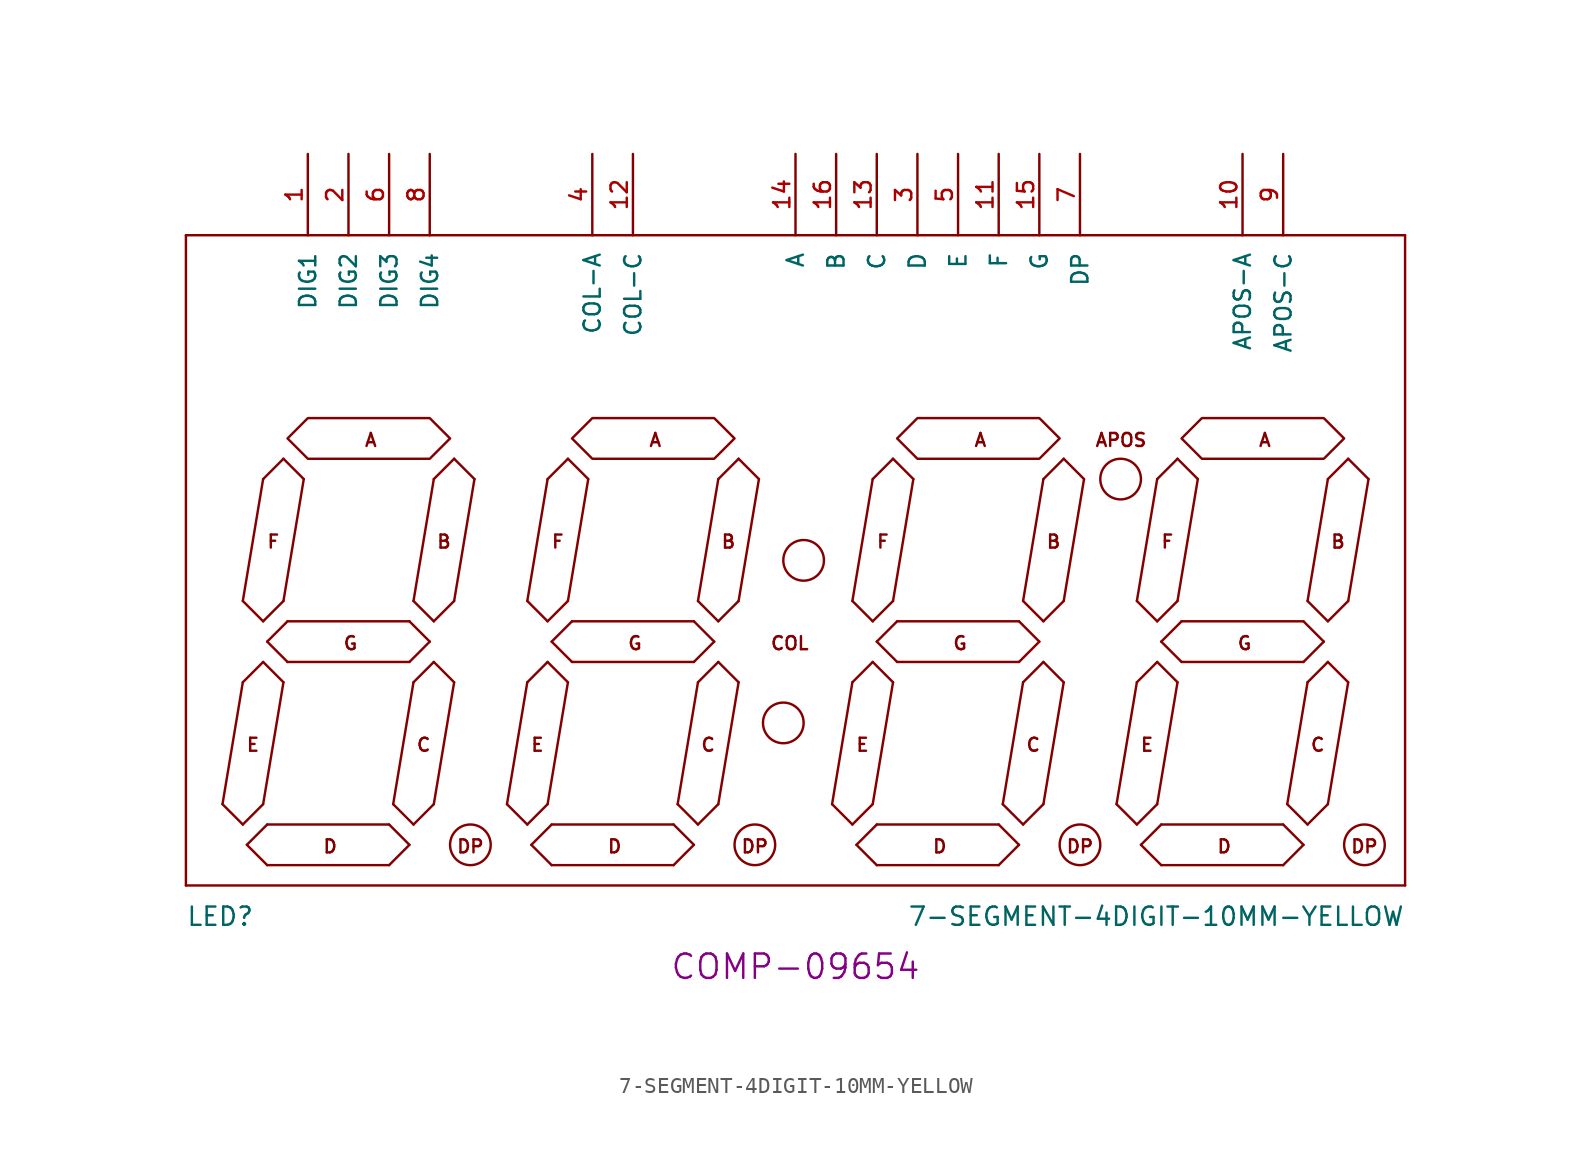
<source format=kicad_sym>
(kicad_symbol_lib
  (version 20211014)
  (generator kicad_symbol_editor)
  (symbol "7-SEGMENT-4DIGIT-10MM-YELLOW"
    (pin_names
      (offset 1.016))
    (property "Reference" "LED"
      (at -38.1 -19.05 0)
      (effects (font (size 1.143 1.143)) (justify left top)))
    (property "Value" "7-SEGMENT-4DIGIT-10MM-YELLOW"
      (at 38.1 -19.05 0)
      (effects (font (size 1.143 1.143)) (justify right top)))
    (property "Field4" "COMP-09654"
      (at 0 -22.86 0)
      (effects (font (size 1.524 1.524))))
    (property "ki_locked" ""
      (at 0 0 0)
      (effects (font (size 1.27 1.27))))
    (symbol "7-SEGMENT-4DIGIT-10MM-YELLOW_1_0"
      (polyline (pts (xy -38.1 -17.78) (xy -38.1 22.86)) (stroke (width 0) (type default) (color 0 0 0 0)) (fill (type none)))
      (polyline (pts (xy -35.814 -12.7) (xy -34.544 -13.97)) (stroke (width 0) (type default) (color 0 0 0 0)) (fill (type none)))
      (polyline (pts (xy -34.544 -13.97) (xy -33.274 -12.7)) (stroke (width 0) (type default) (color 0 0 0 0)) (fill (type none)))
      (polyline (pts (xy -34.544 -5.08) (xy -35.814 -12.7)) (stroke (width 0) (type default) (color 0 0 0 0)) (fill (type none)))
      (polyline (pts (xy -34.544 0) (xy -33.274 -1.27)) (stroke (width 0) (type default) (color 0 0 0 0)) (fill (type none)))
      (polyline (pts (xy -34.29 -15.24) (xy -33.02 -16.51)) (stroke (width 0) (type default) (color 0 0 0 0)) (fill (type none)))
      (polyline (pts (xy -34.29 -15.24) (xy -33.02 -13.97)) (stroke (width 0) (type default) (color 0 0 0 0)) (fill (type none)))
      (polyline (pts (xy -33.274 -12.7) (xy -32.004 -5.08)) (stroke (width 0) (type default) (color 0 0 0 0)) (fill (type none)))
      (polyline (pts (xy -33.274 -3.81) (xy -34.544 -5.08)) (stroke (width 0) (type default) (color 0 0 0 0)) (fill (type none)))
      (polyline (pts (xy -33.274 -3.81) (xy -32.004 -5.08)) (stroke (width 0) (type default) (color 0 0 0 0)) (fill (type none)))
      (polyline (pts (xy -33.274 -1.27) (xy -32.004 0)) (stroke (width 0) (type default) (color 0 0 0 0)) (fill (type none)))
      (polyline (pts (xy -33.274 7.62) (xy -34.544 0)) (stroke (width 0) (type default) (color 0 0 0 0)) (fill (type none)))
      (polyline (pts (xy -33.02 -16.51) (xy -25.4 -16.51)) (stroke (width 0) (type default) (color 0 0 0 0)) (fill (type none)))
      (polyline (pts (xy -33.02 -2.54) (xy -31.75 -3.81)) (stroke (width 0) (type default) (color 0 0 0 0)) (fill (type none)))
      (polyline (pts (xy -33.02 -2.54) (xy -31.75 -1.27)) (stroke (width 0) (type default) (color 0 0 0 0)) (fill (type none)))
      (polyline (pts (xy -32.004 0) (xy -30.734 7.62)) (stroke (width 0) (type default) (color 0 0 0 0)) (fill (type none)))
      (polyline (pts (xy -32.004 8.89) (xy -33.274 7.62)) (stroke (width 0) (type default) (color 0 0 0 0)) (fill (type none)))
      (polyline (pts (xy -32.004 8.89) (xy -30.734 7.62)) (stroke (width 0) (type default) (color 0 0 0 0)) (fill (type none)))
      (polyline (pts (xy -31.75 -3.81) (xy -24.13 -3.81)) (stroke (width 0) (type default) (color 0 0 0 0)) (fill (type none)))
      (polyline (pts (xy -25.4 -16.51) (xy -24.13 -15.24)) (stroke (width 0) (type default) (color 0 0 0 0)) (fill (type none)))
      (polyline (pts (xy -25.4 -13.97) (xy -33.02 -13.97)) (stroke (width 0) (type default) (color 0 0 0 0)) (fill (type none)))
      (polyline (pts (xy -25.146 -12.7) (xy -23.876 -13.97)) (stroke (width 0) (type default) (color 0 0 0 0)) (fill (type none)))
      (polyline (pts (xy -24.13 -15.24) (xy -25.4 -13.97)) (stroke (width 0) (type default) (color 0 0 0 0)) (fill (type none)))
      (polyline (pts (xy -24.13 -3.81) (xy -22.86 -2.54)) (stroke (width 0) (type default) (color 0 0 0 0)) (fill (type none)))
      (polyline (pts (xy -24.13 -1.27) (xy -31.75 -1.27)) (stroke (width 0) (type default) (color 0 0 0 0)) (fill (type none)))
      (polyline (pts (xy -23.876 -13.97) (xy -22.606 -12.7)) (stroke (width 0) (type default) (color 0 0 0 0)) (fill (type none)))
      (polyline (pts (xy -23.876 -5.08) (xy -25.146 -12.7)) (stroke (width 0) (type default) (color 0 0 0 0)) (fill (type none)))
      (polyline (pts (xy -23.876 0) (xy -22.606 -1.27)) (stroke (width 0) (type default) (color 0 0 0 0)) (fill (type none)))
      (polyline (pts (xy -22.86 -2.54) (xy -24.13 -1.27)) (stroke (width 0) (type default) (color 0 0 0 0)) (fill (type none)))
      (polyline (pts (xy -22.606 -12.7) (xy -21.336 -5.08)) (stroke (width 0) (type default) (color 0 0 0 0)) (fill (type none)))
      (polyline (pts (xy -22.606 -3.81) (xy -23.876 -5.08)) (stroke (width 0) (type default) (color 0 0 0 0)) (fill (type none)))
      (polyline (pts (xy -22.606 -3.81) (xy -21.336 -5.08)) (stroke (width 0) (type default) (color 0 0 0 0)) (fill (type none)))
      (polyline (pts (xy -22.606 -1.27) (xy -21.336 0)) (stroke (width 0) (type default) (color 0 0 0 0)) (fill (type none)))
      (polyline (pts (xy -22.606 7.62) (xy -23.876 0)) (stroke (width 0) (type default) (color 0 0 0 0)) (fill (type none)))
      (polyline (pts (xy -21.336 0) (xy -20.066 7.62)) (stroke (width 0) (type default) (color 0 0 0 0)) (fill (type none)))
      (polyline (pts (xy -21.336 8.89) (xy -22.606 7.62)) (stroke (width 0) (type default) (color 0 0 0 0)) (fill (type none)))
      (polyline (pts (xy -21.336 8.89) (xy -20.066 7.62)) (stroke (width 0) (type default) (color 0 0 0 0)) (fill (type none)))
      (polyline (pts (xy -18.034 -12.7) (xy -16.764 -13.97)) (stroke (width 0) (type default) (color 0 0 0 0)) (fill (type none)))
      (polyline (pts (xy -16.764 -13.97) (xy -15.494 -12.7)) (stroke (width 0) (type default) (color 0 0 0 0)) (fill (type none)))
      (polyline (pts (xy -16.764 -5.08) (xy -18.034 -12.7)) (stroke (width 0) (type default) (color 0 0 0 0)) (fill (type none)))
      (polyline (pts (xy -16.764 0) (xy -15.494 -1.27)) (stroke (width 0) (type default) (color 0 0 0 0)) (fill (type none)))
      (polyline (pts (xy -16.51 -15.24) (xy -15.24 -16.51)) (stroke (width 0) (type default) (color 0 0 0 0)) (fill (type none)))
      (polyline (pts (xy -16.51 -15.24) (xy -15.24 -13.97)) (stroke (width 0) (type default) (color 0 0 0 0)) (fill (type none)))
      (polyline (pts (xy -15.494 -12.7) (xy -14.224 -5.08)) (stroke (width 0) (type default) (color 0 0 0 0)) (fill (type none)))
      (polyline (pts (xy -15.494 -3.81) (xy -16.764 -5.08)) (stroke (width 0) (type default) (color 0 0 0 0)) (fill (type none)))
      (polyline (pts (xy -15.494 -3.81) (xy -14.224 -5.08)) (stroke (width 0) (type default) (color 0 0 0 0)) (fill (type none)))
      (polyline (pts (xy -15.494 -1.27) (xy -14.224 0)) (stroke (width 0) (type default) (color 0 0 0 0)) (fill (type none)))
      (polyline (pts (xy -15.494 7.62) (xy -16.764 0)) (stroke (width 0) (type default) (color 0 0 0 0)) (fill (type none)))
      (polyline (pts (xy -15.24 -16.51) (xy -7.62 -16.51)) (stroke (width 0) (type default) (color 0 0 0 0)) (fill (type none)))
      (polyline (pts (xy -15.24 -2.54) (xy -13.97 -3.81)) (stroke (width 0) (type default) (color 0 0 0 0)) (fill (type none)))
      (polyline (pts (xy -15.24 -2.54) (xy -13.97 -1.27)) (stroke (width 0) (type default) (color 0 0 0 0)) (fill (type none)))
      (polyline (pts (xy -14.224 0) (xy -12.954 7.62)) (stroke (width 0) (type default) (color 0 0 0 0)) (fill (type none)))
      (polyline (pts (xy -14.224 8.89) (xy -15.494 7.62)) (stroke (width 0) (type default) (color 0 0 0 0)) (fill (type none)))
      (polyline (pts (xy -14.224 8.89) (xy -12.954 7.62)) (stroke (width 0) (type default) (color 0 0 0 0)) (fill (type none)))
      (polyline (pts (xy -13.97 -3.81) (xy -6.35 -3.81)) (stroke (width 0) (type default) (color 0 0 0 0)) (fill (type none)))
      (polyline (pts (xy -7.62 -16.51) (xy -6.35 -15.24)) (stroke (width 0) (type default) (color 0 0 0 0)) (fill (type none)))
      (polyline (pts (xy -7.62 -13.97) (xy -15.24 -13.97)) (stroke (width 0) (type default) (color 0 0 0 0)) (fill (type none)))
      (polyline (pts (xy -7.366 -12.7) (xy -6.096 -13.97)) (stroke (width 0) (type default) (color 0 0 0 0)) (fill (type none)))
      (polyline (pts (xy -6.35 -15.24) (xy -7.62 -13.97)) (stroke (width 0) (type default) (color 0 0 0 0)) (fill (type none)))
      (polyline (pts (xy -6.35 -3.81) (xy -5.08 -2.54)) (stroke (width 0) (type default) (color 0 0 0 0)) (fill (type none)))
      (polyline (pts (xy -6.35 -1.27) (xy -13.97 -1.27)) (stroke (width 0) (type default) (color 0 0 0 0)) (fill (type none)))
      (polyline (pts (xy -6.096 -13.97) (xy -4.826 -12.7)) (stroke (width 0) (type default) (color 0 0 0 0)) (fill (type none)))
      (polyline (pts (xy -6.096 -5.08) (xy -7.366 -12.7)) (stroke (width 0) (type default) (color 0 0 0 0)) (fill (type none)))
      (polyline (pts (xy -6.096 0) (xy -4.826 -1.27)) (stroke (width 0) (type default) (color 0 0 0 0)) (fill (type none)))
      (polyline (pts (xy -5.08 -2.54) (xy -6.35 -1.27)) (stroke (width 0) (type default) (color 0 0 0 0)) (fill (type none)))
      (polyline (pts (xy -4.826 -12.7) (xy -3.556 -5.08)) (stroke (width 0) (type default) (color 0 0 0 0)) (fill (type none)))
      (polyline (pts (xy -4.826 -3.81) (xy -6.096 -5.08)) (stroke (width 0) (type default) (color 0 0 0 0)) (fill (type none)))
      (polyline (pts (xy -4.826 -3.81) (xy -3.556 -5.08)) (stroke (width 0) (type default) (color 0 0 0 0)) (fill (type none)))
      (polyline (pts (xy -4.826 -1.27) (xy -3.556 0)) (stroke (width 0) (type default) (color 0 0 0 0)) (fill (type none)))
      (polyline (pts (xy -4.826 7.62) (xy -6.096 0)) (stroke (width 0) (type default) (color 0 0 0 0)) (fill (type none)))
      (polyline (pts (xy -3.556 0) (xy -2.286 7.62)) (stroke (width 0) (type default) (color 0 0 0 0)) (fill (type none)))
      (polyline (pts (xy -3.556 8.89) (xy -4.826 7.62)) (stroke (width 0) (type default) (color 0 0 0 0)) (fill (type none)))
      (polyline (pts (xy -3.556 8.89) (xy -2.286 7.62)) (stroke (width 0) (type default) (color 0 0 0 0)) (fill (type none)))
      (polyline (pts (xy 2.286 -12.7) (xy 3.556 -13.97)) (stroke (width 0) (type default) (color 0 0 0 0)) (fill (type none)))
      (polyline (pts (xy 3.556 -13.97) (xy 4.826 -12.7)) (stroke (width 0) (type default) (color 0 0 0 0)) (fill (type none)))
      (polyline (pts (xy 3.556 -5.08) (xy 2.286 -12.7)) (stroke (width 0) (type default) (color 0 0 0 0)) (fill (type none)))
      (polyline (pts (xy 3.556 0) (xy 4.826 -1.27)) (stroke (width 0) (type default) (color 0 0 0 0)) (fill (type none)))
      (polyline (pts (xy 3.81 -15.24) (xy 5.08 -16.51)) (stroke (width 0) (type default) (color 0 0 0 0)) (fill (type none)))
      (polyline (pts (xy 3.81 -15.24) (xy 5.08 -13.97)) (stroke (width 0) (type default) (color 0 0 0 0)) (fill (type none)))
      (polyline (pts (xy 4.826 -12.7) (xy 6.096 -5.08)) (stroke (width 0) (type default) (color 0 0 0 0)) (fill (type none)))
      (polyline (pts (xy 4.826 -3.81) (xy 3.556 -5.08)) (stroke (width 0) (type default) (color 0 0 0 0)) (fill (type none)))
      (polyline (pts (xy 4.826 -3.81) (xy 6.096 -5.08)) (stroke (width 0) (type default) (color 0 0 0 0)) (fill (type none)))
      (polyline (pts (xy 4.826 -1.27) (xy 6.096 0)) (stroke (width 0) (type default) (color 0 0 0 0)) (fill (type none)))
      (polyline (pts (xy 4.826 7.62) (xy 3.556 0)) (stroke (width 0) (type default) (color 0 0 0 0)) (fill (type none)))
      (polyline (pts (xy 5.08 -16.51) (xy 12.7 -16.51)) (stroke (width 0) (type default) (color 0 0 0 0)) (fill (type none)))
      (polyline (pts (xy 5.08 -2.54) (xy 6.35 -3.81)) (stroke (width 0) (type default) (color 0 0 0 0)) (fill (type none)))
      (polyline (pts (xy 5.08 -2.54) (xy 6.35 -1.27)) (stroke (width 0) (type default) (color 0 0 0 0)) (fill (type none)))
      (polyline (pts (xy 6.096 0) (xy 7.366 7.62)) (stroke (width 0) (type default) (color 0 0 0 0)) (fill (type none)))
      (polyline (pts (xy 6.096 8.89) (xy 4.826 7.62)) (stroke (width 0) (type default) (color 0 0 0 0)) (fill (type none)))
      (polyline (pts (xy 6.096 8.89) (xy 7.366 7.62)) (stroke (width 0) (type default) (color 0 0 0 0)) (fill (type none)))
      (polyline (pts (xy 6.35 -3.81) (xy 13.97 -3.81)) (stroke (width 0) (type default) (color 0 0 0 0)) (fill (type none)))
      (polyline (pts (xy 12.7 -16.51) (xy 13.97 -15.24)) (stroke (width 0) (type default) (color 0 0 0 0)) (fill (type none)))
      (polyline (pts (xy 12.7 -13.97) (xy 5.08 -13.97)) (stroke (width 0) (type default) (color 0 0 0 0)) (fill (type none)))
      (polyline (pts (xy 12.954 -12.7) (xy 14.224 -13.97)) (stroke (width 0) (type default) (color 0 0 0 0)) (fill (type none)))
      (polyline (pts (xy 13.97 -15.24) (xy 12.7 -13.97)) (stroke (width 0) (type default) (color 0 0 0 0)) (fill (type none)))
      (polyline (pts (xy 13.97 -3.81) (xy 15.24 -2.54)) (stroke (width 0) (type default) (color 0 0 0 0)) (fill (type none)))
      (polyline (pts (xy 13.97 -1.27) (xy 6.35 -1.27)) (stroke (width 0) (type default) (color 0 0 0 0)) (fill (type none)))
      (polyline (pts (xy 14.224 -13.97) (xy 15.494 -12.7)) (stroke (width 0) (type default) (color 0 0 0 0)) (fill (type none)))
      (polyline (pts (xy 14.224 -5.08) (xy 12.954 -12.7)) (stroke (width 0) (type default) (color 0 0 0 0)) (fill (type none)))
      (polyline (pts (xy 14.224 0) (xy 15.494 -1.27)) (stroke (width 0) (type default) (color 0 0 0 0)) (fill (type none)))
      (polyline (pts (xy 15.24 -2.54) (xy 13.97 -1.27)) (stroke (width 0) (type default) (color 0 0 0 0)) (fill (type none)))
      (polyline (pts (xy 15.494 -12.7) (xy 16.764 -5.08)) (stroke (width 0) (type default) (color 0 0 0 0)) (fill (type none)))
      (polyline (pts (xy 15.494 -3.81) (xy 14.224 -5.08)) (stroke (width 0) (type default) (color 0 0 0 0)) (fill (type none)))
      (polyline (pts (xy 15.494 -3.81) (xy 16.764 -5.08)) (stroke (width 0) (type default) (color 0 0 0 0)) (fill (type none)))
      (polyline (pts (xy 15.494 -1.27) (xy 16.764 0)) (stroke (width 0) (type default) (color 0 0 0 0)) (fill (type none)))
      (polyline (pts (xy 15.494 7.62) (xy 14.224 0)) (stroke (width 0) (type default) (color 0 0 0 0)) (fill (type none)))
      (polyline (pts (xy 16.764 0) (xy 18.034 7.62)) (stroke (width 0) (type default) (color 0 0 0 0)) (fill (type none)))
      (polyline (pts (xy 16.764 8.89) (xy 15.494 7.62)) (stroke (width 0) (type default) (color 0 0 0 0)) (fill (type none)))
      (polyline (pts (xy 16.764 8.89) (xy 18.034 7.62)) (stroke (width 0) (type default) (color 0 0 0 0)) (fill (type none)))
      (polyline (pts (xy 20.066 -12.7) (xy 21.336 -13.97)) (stroke (width 0) (type default) (color 0 0 0 0)) (fill (type none)))
      (polyline (pts (xy 21.336 -13.97) (xy 22.606 -12.7)) (stroke (width 0) (type default) (color 0 0 0 0)) (fill (type none)))
      (polyline (pts (xy 21.336 -5.08) (xy 20.066 -12.7)) (stroke (width 0) (type default) (color 0 0 0 0)) (fill (type none)))
      (polyline (pts (xy 21.336 0) (xy 22.606 -1.27)) (stroke (width 0) (type default) (color 0 0 0 0)) (fill (type none)))
      (polyline (pts (xy 21.59 -15.24) (xy 22.86 -16.51)) (stroke (width 0) (type default) (color 0 0 0 0)) (fill (type none)))
      (polyline (pts (xy 21.59 -15.24) (xy 22.86 -13.97)) (stroke (width 0) (type default) (color 0 0 0 0)) (fill (type none)))
      (polyline (pts (xy 22.606 -12.7) (xy 23.876 -5.08)) (stroke (width 0) (type default) (color 0 0 0 0)) (fill (type none)))
      (polyline (pts (xy 22.606 -3.81) (xy 21.336 -5.08)) (stroke (width 0) (type default) (color 0 0 0 0)) (fill (type none)))
      (polyline (pts (xy 22.606 -3.81) (xy 23.876 -5.08)) (stroke (width 0) (type default) (color 0 0 0 0)) (fill (type none)))
      (polyline (pts (xy 22.606 -1.27) (xy 23.876 0)) (stroke (width 0) (type default) (color 0 0 0 0)) (fill (type none)))
      (polyline (pts (xy 22.606 7.62) (xy 21.336 0)) (stroke (width 0) (type default) (color 0 0 0 0)) (fill (type none)))
      (polyline (pts (xy 22.86 -16.51) (xy 30.48 -16.51)) (stroke (width 0) (type default) (color 0 0 0 0)) (fill (type none)))
      (polyline (pts (xy 22.86 -2.54) (xy 24.13 -3.81)) (stroke (width 0) (type default) (color 0 0 0 0)) (fill (type none)))
      (polyline (pts (xy 22.86 -2.54) (xy 24.13 -1.27)) (stroke (width 0) (type default) (color 0 0 0 0)) (fill (type none)))
      (polyline (pts (xy 23.876 0) (xy 25.146 7.62)) (stroke (width 0) (type default) (color 0 0 0 0)) (fill (type none)))
      (polyline (pts (xy 23.876 8.89) (xy 22.606 7.62)) (stroke (width 0) (type default) (color 0 0 0 0)) (fill (type none)))
      (polyline (pts (xy 23.876 8.89) (xy 25.146 7.62)) (stroke (width 0) (type default) (color 0 0 0 0)) (fill (type none)))
      (polyline (pts (xy 24.13 -3.81) (xy 31.75 -3.81)) (stroke (width 0) (type default) (color 0 0 0 0)) (fill (type none)))
      (polyline (pts (xy 30.48 -16.51) (xy 31.75 -15.24)) (stroke (width 0) (type default) (color 0 0 0 0)) (fill (type none)))
      (polyline (pts (xy 30.48 -13.97) (xy 22.86 -13.97)) (stroke (width 0) (type default) (color 0 0 0 0)) (fill (type none)))
      (polyline (pts (xy 30.734 -12.7) (xy 32.004 -13.97)) (stroke (width 0) (type default) (color 0 0 0 0)) (fill (type none)))
      (polyline (pts (xy 31.75 -15.24) (xy 30.48 -13.97)) (stroke (width 0) (type default) (color 0 0 0 0)) (fill (type none)))
      (polyline (pts (xy 31.75 -3.81) (xy 33.02 -2.54)) (stroke (width 0) (type default) (color 0 0 0 0)) (fill (type none)))
      (polyline (pts (xy 31.75 -1.27) (xy 24.13 -1.27)) (stroke (width 0) (type default) (color 0 0 0 0)) (fill (type none)))
      (polyline (pts (xy 32.004 -13.97) (xy 33.274 -12.7)) (stroke (width 0) (type default) (color 0 0 0 0)) (fill (type none)))
      (polyline (pts (xy 32.004 -5.08) (xy 30.734 -12.7)) (stroke (width 0) (type default) (color 0 0 0 0)) (fill (type none)))
      (polyline (pts (xy 32.004 0) (xy 33.274 -1.27)) (stroke (width 0) (type default) (color 0 0 0 0)) (fill (type none)))
      (polyline (pts (xy 33.02 -2.54) (xy 31.75 -1.27)) (stroke (width 0) (type default) (color 0 0 0 0)) (fill (type none)))
      (polyline (pts (xy 33.274 -12.7) (xy 34.544 -5.08)) (stroke (width 0) (type default) (color 0 0 0 0)) (fill (type none)))
      (polyline (pts (xy 33.274 -3.81) (xy 32.004 -5.08)) (stroke (width 0) (type default) (color 0 0 0 0)) (fill (type none)))
      (polyline (pts (xy 33.274 -3.81) (xy 34.544 -5.08)) (stroke (width 0) (type default) (color 0 0 0 0)) (fill (type none)))
      (polyline (pts (xy 33.274 -1.27) (xy 34.544 0)) (stroke (width 0) (type default) (color 0 0 0 0)) (fill (type none)))
      (polyline (pts (xy 33.274 7.62) (xy 32.004 0)) (stroke (width 0) (type default) (color 0 0 0 0)) (fill (type none)))
      (polyline (pts (xy 34.544 0) (xy 35.814 7.62)) (stroke (width 0) (type default) (color 0 0 0 0)) (fill (type none)))
      (polyline (pts (xy 34.544 8.89) (xy 33.274 7.62)) (stroke (width 0) (type default) (color 0 0 0 0)) (fill (type none)))
      (polyline (pts (xy 34.544 8.89) (xy 35.814 7.62)) (stroke (width 0) (type default) (color 0 0 0 0)) (fill (type none)))
      (polyline (pts (xy 38.1 -17.78) (xy -38.1 -17.78)) (stroke (width 0) (type default) (color 0 0 0 0)) (fill (type none)))
      (polyline (pts (xy 38.1 22.86) (xy -38.1 22.86)) (stroke (width 0) (type default) (color 0 0 0 0)) (fill (type none)))
      (polyline (pts (xy 38.1 22.86) (xy 38.1 -17.78)) (stroke (width 0) (type default) (color 0 0 0 0)) (fill (type none)))
      (text "A" (at -26.543 10.058 0) (effects (font (size 0.813 0.813))))
      (text "A" (at -8.763 10.058 0) (effects (font (size 0.813 0.813))))
      (text "A" (at 11.557 10.058 0) (effects (font (size 0.813 0.813))))
      (text "A" (at 29.337 10.058 0) (effects (font (size 0.813 0.813))))
      (text "APOS" (at 20.345 10.058 0) (effects (font (size 0.813 0.813))))
      (text "B" (at -21.971 3.708 0) (effects (font (size 0.813 0.813))))
      (text "B" (at -4.191 3.708 0) (effects (font (size 0.813 0.813))))
      (text "B" (at 16.129 3.708 0) (effects (font (size 0.813 0.813))))
      (text "B" (at 33.909 3.708 0) (effects (font (size 0.813 0.813))))
      (text "C" (at -23.241 -8.992 0) (effects (font (size 0.813 0.813))))
      (text "C" (at -5.461 -8.992 0) (effects (font (size 0.813 0.813))))
      (text "C" (at 14.859 -8.992 0) (effects (font (size 0.813 0.813))))
      (text "C" (at 32.639 -8.992 0) (effects (font (size 0.813 0.813))))
      (text "COL" (at -0.356 -2.642 0) (effects (font (size 0.813 0.813))))
      (text "D" (at -29.083 -15.342 0) (effects (font (size 0.813 0.813))))
      (text "D" (at -11.303 -15.342 0) (effects (font (size 0.813 0.813))))
      (text "D" (at 9.017 -15.342 0) (effects (font (size 0.813 0.813))))
      (text "D" (at 26.797 -15.342 0) (effects (font (size 0.813 0.813))))
      (text "DP" (at -20.32 -15.342 0) (effects (font (size 0.813 0.813))))
      (text "DP" (at -2.54 -15.342 0) (effects (font (size 0.813 0.813))))
      (text "DP" (at 17.78 -15.342 0) (effects (font (size 0.813 0.813))))
      (text "DP" (at 35.56 -15.342 0) (effects (font (size 0.813 0.813))))
      (text "E" (at -33.909 -8.992 0) (effects (font (size 0.813 0.813))))
      (text "E" (at -16.129 -8.992 0) (effects (font (size 0.813 0.813))))
      (text "E" (at 4.191 -8.992 0) (effects (font (size 0.813 0.813))))
      (text "E" (at 21.971 -8.992 0) (effects (font (size 0.813 0.813))))
      (text "F" (at -32.639 3.708 0) (effects (font (size 0.813 0.813))))
      (text "F" (at -14.859 3.708 0) (effects (font (size 0.813 0.813))))
      (text "F" (at 5.461 3.708 0) (effects (font (size 0.813 0.813))))
      (text "F" (at 23.241 3.708 0) (effects (font (size 0.813 0.813))))
      (text "G" (at -27.813 -2.642 0) (effects (font (size 0.813 0.813))))
      (text "G" (at -10.033 -2.642 0) (effects (font (size 0.813 0.813))))
      (text "G" (at 10.287 -2.642 0) (effects (font (size 0.813 0.813))))
      (text "G" (at 28.067 -2.642 0) (effects (font (size 0.813 0.813)))))
    (symbol "7-SEGMENT-4DIGIT-10MM-YELLOW_1_1"
      (circle (center -20.32 -15.24) (radius 1.27) (stroke (width 0) (type default) (color 0 0 0 0)) (fill (type none)))
      (circle (center -2.54 -15.24) (radius 1.27) (stroke (width 0) (type default) (color 0 0 0 0)) (fill (type none)))
      (circle (center -0.762 -7.62) (radius 1.27) (stroke (width 0) (type default) (color 0 0 0 0)) (fill (type none)))
      (polyline (pts (xy -22.86 11.43) (xy -21.59 10.16) (xy -22.86 8.89) (xy -30.48 8.89) (xy -31.75 10.16) (xy -30.48 11.43) (xy -22.86 11.43)) (stroke (width 0) (type default) (color 0 0 0 0)) (fill (type none)))
      (polyline (pts (xy -5.08 11.43) (xy -3.81 10.16) (xy -5.08 8.89) (xy -12.7 8.89) (xy -13.97 10.16) (xy -12.7 11.43) (xy -5.08 11.43)) (stroke (width 0) (type default) (color 0 0 0 0)) (fill (type none)))
      (polyline (pts (xy 15.24 11.43) (xy 16.51 10.16) (xy 15.24 8.89) (xy 7.62 8.89) (xy 6.35 10.16) (xy 7.62 11.43) (xy 15.24 11.43)) (stroke (width 0) (type default) (color 0 0 0 0)) (fill (type none)))
      (polyline (pts (xy 33.02 11.43) (xy 34.29 10.16) (xy 33.02 8.89) (xy 25.4 8.89) (xy 24.13 10.16) (xy 25.4 11.43) (xy 33.02 11.43)) (stroke (width 0) (type default) (color 0 0 0 0)) (fill (type none)))
      (circle (center 0.508 2.54) (radius 1.27) (stroke (width 0) (type default) (color 0 0 0 0)) (fill (type none)))
      (circle (center 17.78 -15.24) (radius 1.27) (stroke (width 0) (type default) (color 0 0 0 0)) (fill (type none)))
      (circle (center 20.32 7.62) (radius 1.27) (stroke (width 0) (type default) (color 0 0 0 0)) (fill (type none)))
      (circle (center 35.56 -15.24) (radius 1.27) (stroke (width 0) (type default) (color 0 0 0 0)) (fill (type none)))
      (pin bidirectional line (at -30.48 27.94 270) (length 5.08) (name "DIG1" (effects (font (size 1.016 1.016)))) (number "1" (effects (font (size 1.016 1.016)))))
      (pin bidirectional line (at 27.94 27.94 270) (length 5.08) (name "APOS-A" (effects (font (size 1.016 1.016)))) (number "10" (effects (font (size 1.016 1.016)))))
      (pin bidirectional line (at 12.7 27.94 270) (length 5.08) (name "F" (effects (font (size 1.016 1.016)))) (number "11" (effects (font (size 1.016 1.016)))))
      (pin bidirectional line (at -10.16 27.94 270) (length 5.08) (name "COL-C" (effects (font (size 1.016 1.016)))) (number "12" (effects (font (size 1.016 1.016)))))
      (pin bidirectional line (at 5.08 27.94 270) (length 5.08) (name "C" (effects (font (size 1.016 1.016)))) (number "13" (effects (font (size 1.016 1.016)))))
      (pin bidirectional line (at 0 27.94 270) (length 5.08) (name "A" (effects (font (size 1.016 1.016)))) (number "14" (effects (font (size 1.016 1.016)))))
      (pin bidirectional line (at 15.24 27.94 270) (length 5.08) (name "G" (effects (font (size 1.016 1.016)))) (number "15" (effects (font (size 1.016 1.016)))))
      (pin bidirectional line (at 2.54 27.94 270) (length 5.08) (name "B" (effects (font (size 1.016 1.016)))) (number "16" (effects (font (size 1.016 1.016)))))
      (pin bidirectional line (at -27.94 27.94 270) (length 5.08) (name "DIG2" (effects (font (size 1.016 1.016)))) (number "2" (effects (font (size 1.016 1.016)))))
      (pin bidirectional line (at 7.62 27.94 270) (length 5.08) (name "D" (effects (font (size 1.016 1.016)))) (number "3" (effects (font (size 1.016 1.016)))))
      (pin bidirectional line (at -12.7 27.94 270) (length 5.08) (name "COL-A" (effects (font (size 1.016 1.016)))) (number "4" (effects (font (size 1.016 1.016)))))
      (pin bidirectional line (at 10.16 27.94 270) (length 5.08) (name "E" (effects (font (size 1.016 1.016)))) (number "5" (effects (font (size 1.016 1.016)))))
      (pin bidirectional line (at -25.4 27.94 270) (length 5.08) (name "DIG3" (effects (font (size 1.016 1.016)))) (number "6" (effects (font (size 1.016 1.016)))))
      (pin bidirectional line (at 17.78 27.94 270) (length 5.08) (name "DP" (effects (font (size 1.016 1.016)))) (number "7" (effects (font (size 1.016 1.016)))))
      (pin bidirectional line (at -22.86 27.94 270) (length 5.08) (name "DIG4" (effects (font (size 1.016 1.016)))) (number "8" (effects (font (size 1.016 1.016)))))
      (pin bidirectional line (at 30.48 27.94 270) (length 5.08) (name "APOS-C" (effects (font (size 1.016 1.016)))) (number "9" (effects (font (size 1.016 1.016))))))))
</source>
